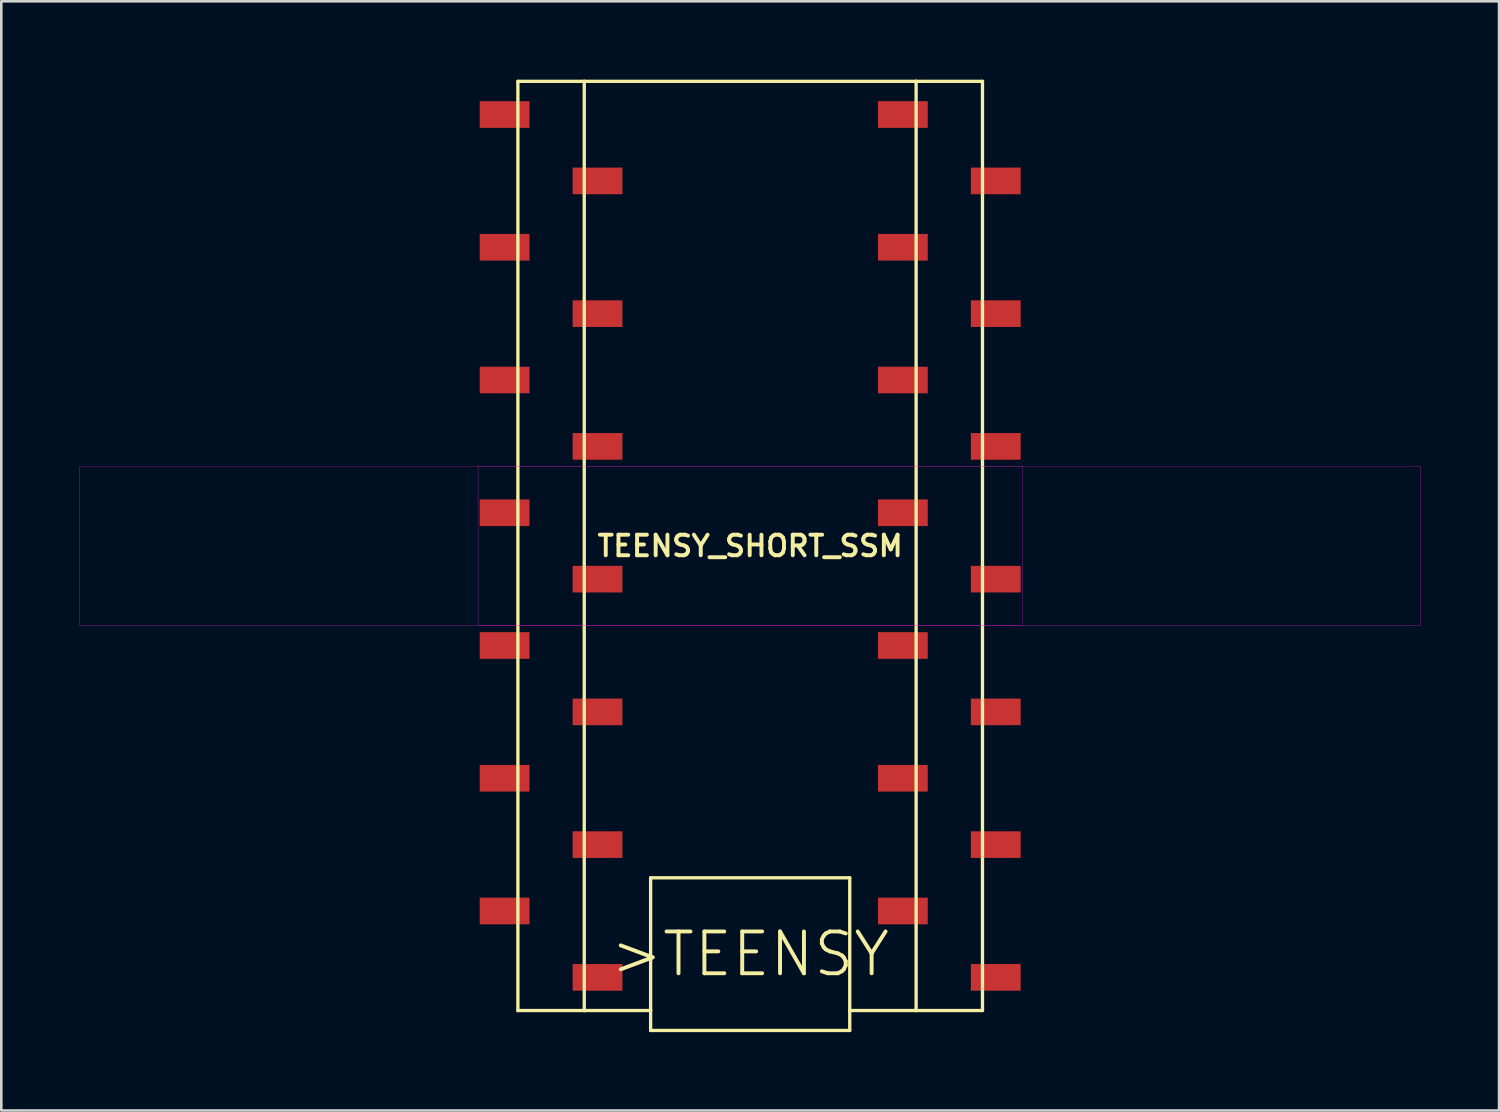
<source format=kicad_pcb>
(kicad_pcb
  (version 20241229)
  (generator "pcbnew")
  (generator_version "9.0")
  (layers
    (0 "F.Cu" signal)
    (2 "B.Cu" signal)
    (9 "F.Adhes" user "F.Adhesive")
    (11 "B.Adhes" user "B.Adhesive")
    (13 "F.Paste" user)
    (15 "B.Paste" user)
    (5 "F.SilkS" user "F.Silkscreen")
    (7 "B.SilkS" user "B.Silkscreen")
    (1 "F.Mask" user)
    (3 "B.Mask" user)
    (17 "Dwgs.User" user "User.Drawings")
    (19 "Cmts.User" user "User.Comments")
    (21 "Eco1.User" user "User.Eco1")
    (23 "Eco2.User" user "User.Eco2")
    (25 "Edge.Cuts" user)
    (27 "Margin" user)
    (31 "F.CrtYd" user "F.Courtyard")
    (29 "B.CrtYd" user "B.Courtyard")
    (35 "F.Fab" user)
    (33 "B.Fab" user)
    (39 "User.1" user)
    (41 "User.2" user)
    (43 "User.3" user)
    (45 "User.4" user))
  (footprint "TEENSY_SHORT_SSM"
    (layer "F.Cu")
    (at 25.659 17.843)
    (property "Reference" "TEENSY_SHORT_SSM" (at 0 0 0) (layer "F.SilkS") (effects (font (size 0.787 0.787) (thickness 0.15))))
    (attr smd)
    (fp_line (start -8.89 -17.78) (end -6.35 -17.78) (stroke (width 0.127) (type solid)) (layer "F.SilkS"))
    (fp_line (start -8.89 17.78) (end -8.89 -17.78) (stroke (width 0.127) (type solid)) (layer "F.SilkS"))
    (fp_line (start -6.35 -17.78) (end 6.35 -17.78) (stroke (width 0.127) (type solid)) (layer "F.SilkS"))
    (fp_line (start -6.35 17.78) (end -8.89 17.78) (stroke (width 0.127) (type solid)) (layer "F.SilkS"))
    (fp_line (start -6.35 17.78) (end -6.35 -17.78) (stroke (width 0.127) (type solid)) (layer "F.SilkS"))
    (fp_line (start -6.35 17.78) (end -3.81 17.78) (stroke (width 0.127) (type solid)) (layer "F.SilkS"))
    (fp_line (start -3.81 12.7) (end -3.81 17.78) (stroke (width 0.127) (type solid)) (layer "F.SilkS"))
    (fp_line (start -3.81 17.78) (end -3.81 18.542) (stroke (width 0.127) (type solid)) (layer "F.SilkS"))
    (fp_line (start -3.81 18.542) (end 3.81 18.542) (stroke (width 0.127) (type solid)) (layer "F.SilkS"))
    (fp_line (start 3.81 12.7) (end -3.81 12.7) (stroke (width 0.127) (type solid)) (layer "F.SilkS"))
    (fp_line (start 3.81 17.78) (end 3.81 12.7) (stroke (width 0.127) (type solid)) (layer "F.SilkS"))
    (fp_line (start 3.81 17.78) (end 6.35 17.78) (stroke (width 0.127) (type solid)) (layer "F.SilkS"))
    (fp_line (start 3.81 18.542) (end 3.81 17.78) (stroke (width 0.127) (type solid)) (layer "F.SilkS"))
    (fp_line (start 6.35 -17.78) (end 6.35 17.78) (stroke (width 0.127) (type solid)) (layer "F.SilkS"))
    (fp_line (start 6.35 -17.78) (end 8.89 -17.78) (stroke (width 0.127) (type solid)) (layer "F.SilkS"))
    (fp_line (start 8.89 -17.78) (end 8.89 17.78) (stroke (width 0.127) (type solid)) (layer "F.SilkS"))
    (fp_line (start 8.89 17.78) (end 6.35 17.78) (stroke (width 0.127) (type solid)) (layer "F.SilkS"))
    (fp_poly (pts (xy -25.654 -3.048) (xy 10.414 -3.048) (xy 10.414 3.048) (xy -25.654 3.048)) (stroke (width 0.01) (type solid)) (fill no) (layer "F.CrtYd"))
    (fp_poly (pts (xy -10.414 -3.048) (xy 25.654 -3.048) (xy 25.654 3.048) (xy -10.414 3.048)) (stroke (width 0.01) (type solid)) (fill no) (layer "F.CrtYd"))
    (fp_text user ">TEENSY" (at 0 15.621 0) (layer "F.SilkS") (effects (font (size 1.6 1.6) (thickness 0.15))))
    (pad "3.3V" smd rect (at -5.842 11.43) (size 1.905 1.02) (layers "F.Cu" "F.Mask" "F.Paste"))
    (pad "AGND/GND" smd rect (at -9.398 13.97) (size 1.905 1.02) (layers "F.Cu" "F.Mask" "F.Paste"))
    (pad "D0" smd rect (at 5.842 13.97) (size 1.905 1.02) (layers "F.Cu" "F.Mask" "F.Paste"))
    (pad "D1" smd rect (at 9.398 11.43) (size 1.905 1.02) (layers "F.Cu" "F.Mask" "F.Paste"))
    (pad "D2" smd rect (at 5.842 8.89) (size 1.905 1.02) (layers "F.Cu" "F.Mask" "F.Paste"))
    (pad "D3" smd rect (at 9.398 6.35) (size 1.905 1.02) (layers "F.Cu" "F.Mask" "F.Paste"))
    (pad "D4" smd rect (at 5.842 3.81) (size 1.905 1.02) (layers "F.Cu" "F.Mask" "F.Paste"))
    (pad "D5" smd rect (at 9.398 1.27) (size 1.905 1.02) (layers "F.Cu" "F.Mask" "F.Paste"))
    (pad "D6" smd rect (at 5.842 -1.27) (size 1.905 1.02) (layers "F.Cu" "F.Mask" "F.Paste"))
    (pad "D7" smd rect (at 9.398 -3.81) (size 1.905 1.02) (layers "F.Cu" "F.Mask" "F.Paste"))
    (pad "D8" smd rect (at 5.842 -6.35) (size 1.905 1.02) (layers "F.Cu" "F.Mask" "F.Paste"))
    (pad "D9" smd rect (at 9.398 -8.89) (size 1.905 1.02) (layers "F.Cu" "F.Mask" "F.Paste"))
    (pad "D10" smd rect (at 5.842 -11.43) (size 1.905 1.02) (layers "F.Cu" "F.Mask" "F.Paste"))
    (pad "D11" smd rect (at 9.398 -13.97) (size 1.905 1.02) (layers "F.Cu" "F.Mask" "F.Paste"))
    (pad "D12" smd rect (at 5.842 -16.51) (size 1.905 1.02) (layers "F.Cu" "F.Mask" "F.Paste"))
    (pad "D13" smd rect (at -9.398 -16.51) (size 1.905 1.02) (layers "F.Cu" "F.Mask" "F.Paste"))
    (pad "D14" smd rect (at -5.842 -13.97) (size 1.905 1.02) (layers "F.Cu" "F.Mask" "F.Paste"))
    (pad "D15" smd rect (at -9.398 -11.43) (size 1.905 1.02) (layers "F.Cu" "F.Mask" "F.Paste"))
    (pad "D16" smd rect (at -5.842 -8.89) (size 1.905 1.02) (layers "F.Cu" "F.Mask" "F.Paste"))
    (pad "D17" smd rect (at -9.398 -6.35) (size 1.905 1.02) (layers "F.Cu" "F.Mask" "F.Paste"))
    (pad "D18" smd rect (at -5.842 -3.81) (size 1.905 1.02) (layers "F.Cu" "F.Mask" "F.Paste"))
    (pad "D19" smd rect (at -9.398 -1.27) (size 1.905 1.02) (layers "F.Cu" "F.Mask" "F.Paste"))
    (pad "D20" smd rect (at -5.842 1.27) (size 1.905 1.02) (layers "F.Cu" "F.Mask" "F.Paste"))
    (pad "D21" smd rect (at -9.398 3.81) (size 1.905 1.02) (layers "F.Cu" "F.Mask" "F.Paste"))
    (pad "D22" smd rect (at -5.842 6.35) (size 1.905 1.02) (layers "F.Cu" "F.Mask" "F.Paste"))
    (pad "D23" smd rect (at -9.398 8.89) (size 1.905 1.02) (layers "F.Cu" "F.Mask" "F.Paste"))
    (pad "GND" smd rect (at 9.398 16.51) (size 1.905 1.02) (layers "F.Cu" "F.Mask" "F.Paste"))
    (pad "VIN" smd rect (at -5.842 16.51) (size 1.905 1.02) (layers "F.Cu" "F.Mask" "F.Paste")))
  (gr_rect
    (start -3 -3)
    (end 54.318 39.449)
    (stroke (width 0.1) (type default))
    (fill no)
    (layer "Edge.Cuts")))
</source>
